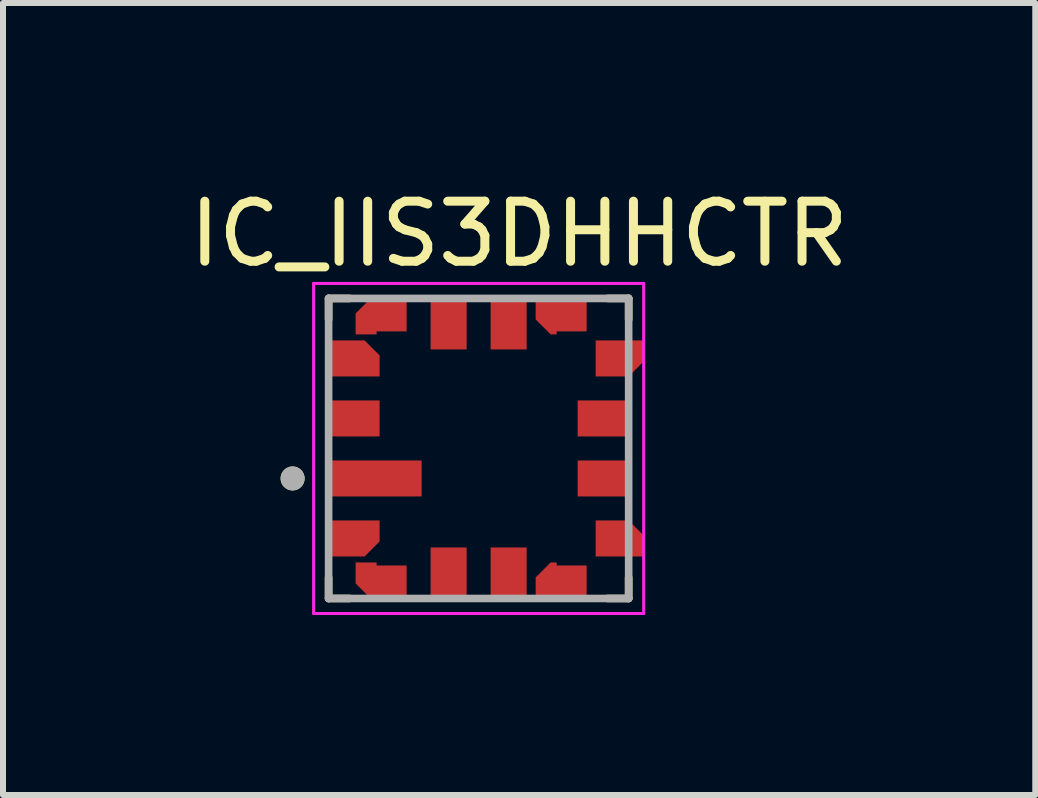
<source format=kicad_pcb>
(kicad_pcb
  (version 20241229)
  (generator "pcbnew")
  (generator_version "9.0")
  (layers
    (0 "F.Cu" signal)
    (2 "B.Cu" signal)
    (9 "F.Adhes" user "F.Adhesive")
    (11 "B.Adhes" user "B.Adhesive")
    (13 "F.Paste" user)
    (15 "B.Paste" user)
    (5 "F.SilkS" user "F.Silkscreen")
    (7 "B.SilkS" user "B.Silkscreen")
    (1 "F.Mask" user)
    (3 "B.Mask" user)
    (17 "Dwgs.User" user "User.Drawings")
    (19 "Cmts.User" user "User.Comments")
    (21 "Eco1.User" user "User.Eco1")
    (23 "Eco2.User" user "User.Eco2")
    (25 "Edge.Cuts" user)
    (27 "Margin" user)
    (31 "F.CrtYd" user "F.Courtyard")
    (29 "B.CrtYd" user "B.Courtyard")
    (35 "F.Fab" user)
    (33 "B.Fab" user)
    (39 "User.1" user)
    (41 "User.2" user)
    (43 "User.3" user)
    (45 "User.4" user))
  (footprint "IC_IIS3DHHCTR"
    (layer "F.Cu")
    (at 4.926 4.423)
    (property "Reference" "IC_IIS3DHHCTR" (at 0.675 -3.575 0) (layer "F.SilkS") (effects (font (size 1 1) (thickness 0.15))))
    (attr smd)
    (fp_poly (pts (xy -2.5 -1.85) (xy -1.6 -1.85) (xy -1.6 -1.15) (xy -2.5 -1.15)) (stroke (width 0.01) (type solid)) (fill yes) (layer "F.Mask"))
    (fp_poly (pts (xy -2.5 -0.85) (xy -1.6 -0.85) (xy -1.6 -0.15) (xy -2.5 -0.15)) (stroke (width 0.01) (type solid)) (fill yes) (layer "F.Mask"))
    (fp_poly (pts (xy -2.5 0.15) (xy -0.9 0.15) (xy -0.9 0.85) (xy -2.5 0.85)) (stroke (width 0.01) (type solid)) (fill yes) (layer "F.Mask"))
    (fp_poly (pts (xy -2.5 1.15) (xy -1.6 1.15) (xy -1.6 1.85) (xy -2.5 1.85)) (stroke (width 0.01) (type solid)) (fill yes) (layer "F.Mask"))
    (fp_poly (pts (xy -1.85 -2.5) (xy -1.15 -2.5) (xy -1.15 -1.6) (xy -1.85 -1.6)) (stroke (width 0.01) (type solid)) (fill yes) (layer "F.Mask"))
    (fp_poly (pts (xy -1.85 1.6) (xy -1.15 1.6) (xy -1.15 2.5) (xy -1.85 2.5)) (stroke (width 0.01) (type solid)) (fill yes) (layer "F.Mask"))
    (fp_poly (pts (xy -0.85 -2.5) (xy -0.15 -2.5) (xy -0.15 -1.6) (xy -0.85 -1.6)) (stroke (width 0.01) (type solid)) (fill yes) (layer "F.Mask"))
    (fp_poly (pts (xy -0.85 1.6) (xy -0.15 1.6) (xy -0.15 2.55) (xy -0.85 2.55)) (stroke (width 0.01) (type solid)) (fill yes) (layer "F.Mask"))
    (fp_poly (pts (xy 0.15 -2.5) (xy 0.85 -2.5) (xy 0.85 -1.6) (xy 0.15 -1.6)) (stroke (width 0.01) (type solid)) (fill yes) (layer "F.Mask"))
    (fp_poly (pts (xy 0.15 1.6) (xy 0.85 1.6) (xy 0.85 2.5) (xy 0.15 2.5)) (stroke (width 0.01) (type solid)) (fill yes) (layer "F.Mask"))
    (fp_poly (pts (xy 1.15 -2.5) (xy 1.85 -2.5) (xy 1.85 -1.6) (xy 1.15 -1.6)) (stroke (width 0.01) (type solid)) (fill yes) (layer "F.Mask"))
    (fp_poly (pts (xy 1.15 1.6) (xy 1.85 1.6) (xy 1.85 2.5) (xy 1.15 2.5)) (stroke (width 0.01) (type solid)) (fill yes) (layer "F.Mask"))
    (fp_poly (pts (xy 1.6 -1.85) (xy 2.5 -1.85) (xy 2.5 -1.15) (xy 1.6 -1.15)) (stroke (width 0.01) (type solid)) (fill yes) (layer "F.Mask"))
    (fp_poly (pts (xy 1.6 -0.85) (xy 2.5 -0.85) (xy 2.5 -0.15) (xy 1.6 -0.15)) (stroke (width 0.01) (type solid)) (fill yes) (layer "F.Mask"))
    (fp_poly (pts (xy 1.6 0.15) (xy 2.5 0.15) (xy 2.5 0.85) (xy 1.6 0.85)) (stroke (width 0.01) (type solid)) (fill yes) (layer "F.Mask"))
    (fp_poly (pts (xy 1.6 1.15) (xy 2.5 1.15) (xy 2.5 1.85) (xy 1.6 1.85)) (stroke (width 0.01) (type solid)) (fill yes) (layer "F.Mask"))
    (fp_line (start -2.5 -2.5) (end -2.15 -2.5) (stroke (width 0.127) (type solid)) (layer "F.SilkS"))
    (fp_line (start -2.5 -2.15) (end -2.5 -2.5) (stroke (width 0.127) (type solid)) (layer "F.SilkS"))
    (fp_line (start -2.5 2.5) (end -2.5 2.15) (stroke (width 0.127) (type solid)) (layer "F.SilkS"))
    (fp_line (start -2.15 2.5) (end -2.5 2.5) (stroke (width 0.127) (type solid)) (layer "F.SilkS"))
    (fp_line (start 2.15 -2.5) (end 2.5 -2.5) (stroke (width 0.127) (type solid)) (layer "F.SilkS"))
    (fp_line (start 2.5 -2.5) (end 2.5 -2.15) (stroke (width 0.127) (type solid)) (layer "F.SilkS"))
    (fp_line (start 2.5 2.15) (end 2.5 2.5) (stroke (width 0.127) (type solid)) (layer "F.SilkS"))
    (fp_line (start 2.5 2.5) (end 2.15 2.5) (stroke (width 0.127) (type solid)) (layer "F.SilkS"))
    (fp_circle (center -3.1 0.5) (end -3 0.5) (stroke (width 0.2) (type solid)) (fill no) (layer "F.SilkS"))
    (fp_poly (pts (xy -2 -1.2) (xy -1.65 -1.2) (xy -1.65 -1.55) (xy -1.9 -1.8) (xy -2 -1.8)) (stroke (width 0.0001) (type solid)) (fill yes) (layer "F.Paste"))
    (fp_poly (pts (xy -2 1.2) (xy -1.65 1.2) (xy -1.65 1.55) (xy -1.9 1.8) (xy -2 1.8)) (stroke (width 0.0001) (type solid)) (fill yes) (layer "F.Paste"))
    (fp_poly (pts (xy -1.2 -2) (xy -1.2 -1.65) (xy -1.55 -1.65) (xy -1.8 -1.9) (xy -1.8 -2)) (stroke (width 0.0001) (type solid)) (fill yes) (layer "F.Paste"))
    (fp_poly (pts (xy -1.2 2) (xy -1.2 1.65) (xy -1.55 1.65) (xy -1.8 1.9) (xy -1.8 2)) (stroke (width 0.0001) (type solid)) (fill yes) (layer "F.Paste"))
    (fp_poly (pts (xy 1.2 -2) (xy 1.2 -1.65) (xy 1.55 -1.65) (xy 1.8 -1.9) (xy 1.8 -2)) (stroke (width 0.0001) (type solid)) (fill yes) (layer "F.Paste"))
    (fp_poly (pts (xy 1.2 2) (xy 1.2 1.65) (xy 1.55 1.65) (xy 1.8 1.9) (xy 1.8 2)) (stroke (width 0.0001) (type solid)) (fill yes) (layer "F.Paste"))
    (fp_poly (pts (xy 2 -1.2) (xy 1.65 -1.2) (xy 1.65 -1.55) (xy 1.9 -1.8) (xy 2 -1.8)) (stroke (width 0.0001) (type solid)) (fill yes) (layer "F.Paste"))
    (fp_poly (pts (xy 2 1.2) (xy 1.65 1.2) (xy 1.65 1.55) (xy 1.9 1.8) (xy 2 1.8)) (stroke (width 0.0001) (type solid)) (fill yes) (layer "F.Paste"))
    (fp_line (start -2.75 -2.75) (end 2.75 -2.75) (stroke (width 0.05) (type solid)) (layer "F.CrtYd"))
    (fp_line (start -2.75 2.75) (end -2.75 -2.75) (stroke (width 0.05) (type solid)) (layer "F.CrtYd"))
    (fp_line (start 2.75 -2.75) (end 2.75 2.75) (stroke (width 0.05) (type solid)) (layer "F.CrtYd"))
    (fp_line (start 2.75 2.75) (end -2.75 2.75) (stroke (width 0.05) (type solid)) (layer "F.CrtYd"))
    (fp_line (start -2.5 -2.5) (end 2.5 -2.5) (stroke (width 0.127) (type solid)) (layer "F.Fab"))
    (fp_line (start -2.5 2.5) (end -2.5 -2.5) (stroke (width 0.127) (type solid)) (layer "F.Fab"))
    (fp_line (start 2.5 -2.5) (end 2.5 2.5) (stroke (width 0.127) (type solid)) (layer "F.Fab"))
    (fp_line (start 2.5 2.5) (end -2.5 2.5) (stroke (width 0.127) (type solid)) (layer "F.Fab"))
    (fp_circle (center -3.1 0.5) (end -3 0.5) (stroke (width 0.2) (type solid)) (fill no) (layer "F.Fab"))
    (pad "1" smd rect (at -1.7 0.5) (size 1.5 0.6) (layers "F.Cu" "F.Paste"))
    (pad "2" smd custom (at -2.2 1.5) (size 0.5 0.6) (layers "F.Cu" "F.Paste") (options (anchor rect)) (primitives (gr_poly (pts (xy 0.2 -0.3) (xy 0.55 -0.3) (xy 0.55 0.05) (xy 0.3 0.3) (xy 0.2 0.3)) (width 0.0001) (fill yes))))
    (pad "3" smd custom (at -1.5 2.2 90) (size 0.5 0.6) (layers "F.Cu" "F.Paste") (options (anchor rect)) (primitives (gr_poly (pts (xy 0.3 -0.2) (xy 0.3 -0.55) (xy -0.05 -0.55) (xy -0.3 -0.3) (xy -0.3 -0.2)) (width 0.0001) (fill yes))))
    (pad "4" smd rect (at -0.5 2.05 90) (size 0.8 0.6) (layers "F.Cu" "F.Paste"))
    (pad "5" smd rect (at 0.5 2.05 90) (size 0.8 0.6) (layers "F.Cu" "F.Paste"))
    (pad "6" smd custom (at 1.5 2.2 90) (size 0.5 0.6) (layers "F.Cu" "F.Paste") (options (anchor rect)) (primitives (gr_poly (pts (xy -0.3 -0.2) (xy -0.3 -0.55) (xy 0.05 -0.55) (xy 0.3 -0.3) (xy 0.3 -0.2)) (width 0.0001) (fill yes))))
    (pad "7" smd custom (at 2.2 1.5 180) (size 0.5 0.6) (layers "F.Cu" "F.Paste") (options (anchor rect)) (primitives (gr_poly (pts (xy -0.2 -0.3) (xy -0.55 -0.3) (xy -0.55 0.05) (xy -0.3 0.3) (xy -0.2 0.3)) (width 0.0001) (fill yes))))
    (pad "8" smd rect (at 2.05 0.5 180) (size 0.8 0.6) (layers "F.Cu" "F.Paste"))
    (pad "9" smd rect (at 2.05 -0.5 180) (size 0.8 0.6) (layers "F.Cu" "F.Paste"))
    (pad "10" smd custom (at 2.2 -1.5 180) (size 0.5 0.6) (layers "F.Cu" "F.Paste") (options (anchor rect)) (primitives (gr_poly (pts (xy -0.2 0.3) (xy -0.55 0.3) (xy -0.55 -0.05) (xy -0.3 -0.3) (xy -0.2 -0.3)) (width 0.0001) (fill yes))))
    (pad "11" smd custom (at 1.5 -2.2 270) (size 0.5 0.6) (layers "F.Cu" "F.Paste") (options (anchor rect)) (primitives (gr_poly (pts (xy -0.3 0.2) (xy -0.3 0.55) (xy 0.05 0.55) (xy 0.3 0.3) (xy 0.3 0.2)) (width 0.0001) (fill yes))))
    (pad "12" smd rect (at 0.5 -2.05 270) (size 0.8 0.6) (layers "F.Cu" "F.Paste"))
    (pad "13" smd rect (at -0.5 -2.05 270) (size 0.8 0.6) (layers "F.Cu" "F.Paste"))
    (pad "14" smd custom (at -1.5 -2.2 270) (size 0.5 0.6) (layers "F.Cu" "F.Paste") (options (anchor rect)) (primitives (gr_poly (pts (xy 0.3 0.2) (xy 0.3 0.55) (xy -0.05 0.55) (xy -0.3 0.3) (xy -0.3 0.2)) (width 0.0001) (fill yes))))
    (pad "15" smd custom (at -2.2 -1.5) (size 0.5 0.6) (layers "F.Cu" "F.Paste") (options (anchor rect)) (primitives (gr_poly (pts (xy 0.2 0.3) (xy 0.55 0.3) (xy 0.55 -0.05) (xy 0.3 -0.3) (xy 0.2 -0.3)) (width 0.0001) (fill yes))))
    (pad "16" smd rect (at -2.05 -0.5) (size 0.8 0.6) (layers "F.Cu" "F.Paste")))
  (gr_rect
    (start -3 -3)
    (end 14.202 10.198)
    (stroke (width 0.1) (type default))
    (fill no)
    (layer "Edge.Cuts")))
</source>
